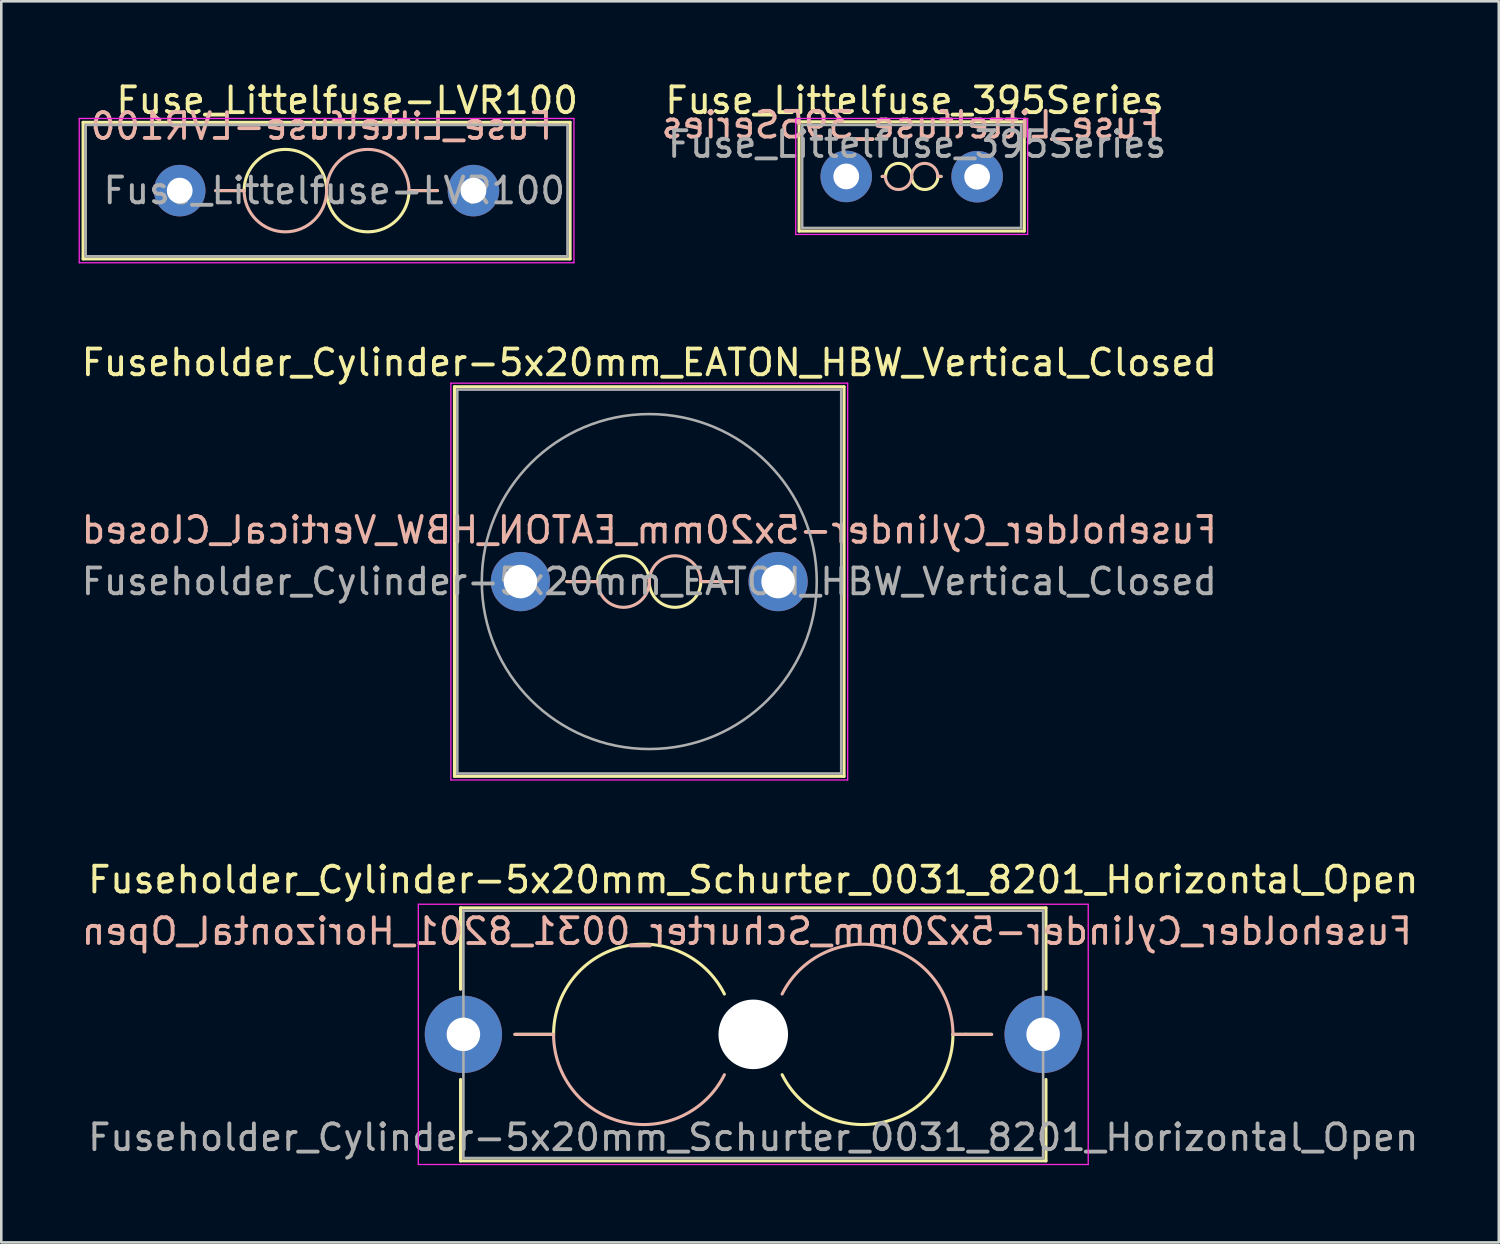
<source format=kicad_pcb>
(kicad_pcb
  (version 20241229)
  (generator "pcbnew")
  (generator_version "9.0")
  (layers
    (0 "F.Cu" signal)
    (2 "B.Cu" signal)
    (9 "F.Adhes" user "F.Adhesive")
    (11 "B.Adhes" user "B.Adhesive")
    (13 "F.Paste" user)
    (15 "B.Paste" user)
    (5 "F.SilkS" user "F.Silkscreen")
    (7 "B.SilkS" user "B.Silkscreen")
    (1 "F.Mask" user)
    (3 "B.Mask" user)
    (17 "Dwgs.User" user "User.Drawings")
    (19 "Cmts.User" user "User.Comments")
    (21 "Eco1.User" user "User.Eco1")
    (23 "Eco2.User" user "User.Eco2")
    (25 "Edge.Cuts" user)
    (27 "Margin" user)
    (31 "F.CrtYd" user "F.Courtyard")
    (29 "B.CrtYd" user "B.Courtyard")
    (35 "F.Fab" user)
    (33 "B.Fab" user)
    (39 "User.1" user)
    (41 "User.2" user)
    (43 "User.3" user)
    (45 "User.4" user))
  (footprint "Fuse_Littelfuse-LVR100"
    (layer "F.Cu")
    (at 3.925 4.348)
    (property "Reference" "Fuse_Littelfuse-LVR100" (at 6.5 -3.5 0) (layer "F.SilkS") (effects (font (size 1 1) (thickness 0.15))))
    (fp_line (start -3.75 -2.65) (end -3.75 2.65) (stroke (width 0.12) (type solid)) (layer "F.SilkS"))
    (fp_line (start -3.75 -2.65) (end 15.15 -2.65) (stroke (width 0.12) (type solid)) (layer "F.SilkS"))
    (fp_line (start 1.4 0) (end 2.5 0) (stroke (width 0.12) (type solid)) (layer "F.SilkS"))
    (fp_line (start 8.9 0) (end 10 0) (stroke (width 0.12) (type solid)) (layer "F.SilkS"))
    (fp_line (start 15.15 2.65) (end -3.75 2.65) (stroke (width 0.12) (type solid)) (layer "F.SilkS"))
    (fp_line (start 15.15 2.65) (end 15.15 -2.65) (stroke (width 0.12) (type solid)) (layer "F.SilkS"))
    (fp_arc (start 2.5 0) (mid 4.1 -1.6) (end 5.7 0) (stroke (width 0.12) (type solid)) (layer "F.SilkS"))
    (fp_arc (start 8.9 0) (mid 7.3 1.6) (end 5.7 0) (stroke (width 0.12) (type solid)) (layer "F.SilkS"))
    (fp_line (start 2.5 0) (end 1.4 0) (stroke (width 0.12) (type solid)) (layer "B.SilkS"))
    (fp_line (start 10 0) (end 8.9 0) (stroke (width 0.12) (type solid)) (layer "B.SilkS"))
    (fp_arc (start 5.7 0) (mid 4.1 1.6) (end 2.5 0) (stroke (width 0.12) (type solid)) (layer "B.SilkS"))
    (fp_arc (start 5.7 0) (mid 7.3 -1.6) (end 8.9 0) (stroke (width 0.12) (type solid)) (layer "B.SilkS"))
    (fp_line (start -3.9 -2.8) (end -3.9 2.8) (stroke (width 0.05) (type solid)) (layer "F.CrtYd"))
    (fp_line (start -3.9 -2.8) (end 15.3 -2.8) (stroke (width 0.05) (type solid)) (layer "F.CrtYd"))
    (fp_line (start 15.3 2.8) (end -3.9 2.8) (stroke (width 0.05) (type solid)) (layer "F.CrtYd"))
    (fp_line (start 15.3 2.8) (end 15.3 -2.8) (stroke (width 0.05) (type solid)) (layer "F.CrtYd"))
    (fp_line (start -3.65 -2.55) (end -3.65 2.55) (stroke (width 0.1) (type solid)) (layer "F.Fab"))
    (fp_line (start -3.65 2.55) (end 15.05 2.55) (stroke (width 0.1) (type solid)) (layer "F.Fab"))
    (fp_line (start 15.05 -2.55) (end -3.65 -2.55) (stroke (width 0.1) (type solid)) (layer "F.Fab"))
    (fp_line (start 15.05 2.55) (end 15.05 -2.55) (stroke (width 0.1) (type solid)) (layer "F.Fab"))
    (fp_text user "${REFERENCE}" (at 5.5 -2.5 0) (layer "B.SilkS") (effects (font (size 1 1) (thickness 0.15)) (justify mirror)))
    (fp_text user "${REFERENCE}" (at 6 0 0) (layer "F.Fab") (effects (font (size 1 1) (thickness 0.15))))
    (pad "1" thru_hole circle (at 0 0) (size 2 2) (drill 1) (layers "*.Cu" "*.Mask"))
    (pad "2" thru_hole circle (at 11.4 0) (size 2 2) (drill 1) (layers "*.Cu" "*.Mask")))
  (footprint "Fuseholder_Cylinder-5x20mm_EATON_HBW_Vertical_Closed"
    (layer "F.Cu")
    (at 17.149 19.521)
    (property "Reference" "Fuseholder_Cylinder-5x20mm_EATON_HBW_Vertical_Closed" (at 5 -8.5 0) (layer "F.SilkS") (effects (font (size 1 1) (thickness 0.15))))
    (fp_line (start -2.56 -7.56) (end 12.56 -7.56) (stroke (width 0.12) (type solid)) (layer "F.SilkS"))
    (fp_line (start -2.56 7.56) (end -2.56 -7.56) (stroke (width 0.12) (type solid)) (layer "F.SilkS"))
    (fp_line (start 3 0) (end 1.8 0) (stroke (width 0.12) (type solid)) (layer "F.SilkS"))
    (fp_line (start 8.2 0) (end 7 0) (stroke (width 0.12) (type solid)) (layer "F.SilkS"))
    (fp_line (start 12.56 -7.56) (end 12.56 7.56) (stroke (width 0.12) (type solid)) (layer "F.SilkS"))
    (fp_line (start 12.56 7.56) (end -2.56 7.56) (stroke (width 0.12) (type solid)) (layer "F.SilkS"))
    (fp_arc (start 3 0) (mid 4 -1) (end 5 0) (stroke (width 0.12) (type solid)) (layer "F.SilkS"))
    (fp_arc (start 7 0) (mid 6 1) (end 5 0) (stroke (width 0.12) (type solid)) (layer "F.SilkS"))
    (fp_line (start 3 0) (end 1.8 0) (stroke (width 0.12) (type solid)) (layer "B.SilkS"))
    (fp_line (start 8.2 0) (end 7 0) (stroke (width 0.12) (type solid)) (layer "B.SilkS"))
    (fp_arc (start 5 0) (mid 4 1) (end 3 0) (stroke (width 0.12) (type solid)) (layer "B.SilkS"))
    (fp_arc (start 5 0) (mid 6 -1) (end 7 0) (stroke (width 0.12) (type solid)) (layer "B.SilkS"))
    (fp_line (start -2.7 -7.7) (end 12.7 -7.7) (stroke (width 0.05) (type solid)) (layer "F.CrtYd"))
    (fp_line (start -2.7 7.7) (end -2.7 -7.7) (stroke (width 0.05) (type solid)) (layer "F.CrtYd"))
    (fp_line (start 12.7 -7.7) (end 12.7 7.7) (stroke (width 0.05) (type solid)) (layer "F.CrtYd"))
    (fp_line (start 12.7 7.7) (end -2.7 7.7) (stroke (width 0.05) (type solid)) (layer "F.CrtYd"))
    (fp_line (start -2.45 -7.45) (end 12.45 -7.45) (stroke (width 0.1) (type solid)) (layer "F.Fab"))
    (fp_line (start -2.45 7.45) (end -2.45 -7.45) (stroke (width 0.1) (type solid)) (layer "F.Fab"))
    (fp_line (start 12.45 -7.45) (end 12.45 7.45) (stroke (width 0.1) (type solid)) (layer "F.Fab"))
    (fp_line (start 12.45 7.45) (end -2.45 7.45) (stroke (width 0.1) (type solid)) (layer "F.Fab"))
    (fp_circle (center 5 0) (end 11.5 0) (stroke (width 0.1) (type solid)) (fill no) (layer "F.Fab"))
    (fp_text user "${REFERENCE}" (at 5 -2 0) (layer "B.SilkS") (effects (font (size 1 1) (thickness 0.15)) (justify mirror)))
    (fp_text user "${REFERENCE}" (at 5 0 0) (layer "F.Fab") (effects (font (size 1 1) (thickness 0.15))))
    (pad "1" thru_hole circle (at 0 0) (size 2.3 2.3) (drill 1.3) (layers "*.Cu" "*.Mask"))
    (pad "2" thru_hole circle (at 10 0) (size 2.3 2.3) (drill 1.3) (layers "*.Cu" "*.Mask")))
  (footprint "Fuse_Littelfuse_395Series"
    (layer "F.Cu")
    (at 29.794 3.798)
    (property "Reference" "Fuse_Littelfuse_395Series" (at 2.65 -2.95 0) (layer "F.SilkS") (effects (font (size 1 1) (thickness 0.15))))
    (fp_line (start -1.83 -2.12) (end -1.83 2.12) (stroke (width 0.12) (type solid)) (layer "F.SilkS"))
    (fp_line (start -1.83 -2.12) (end 6.91 -2.12) (stroke (width 0.12) (type solid)) (layer "F.SilkS"))
    (fp_line (start 1.524 0) (end 1.397 0) (stroke (width 0.12) (type solid)) (layer "F.SilkS"))
    (fp_line (start 3.556 0) (end 3.683 0) (stroke (width 0.12) (type solid)) (layer "F.SilkS"))
    (fp_line (start 6.91 2.12) (end -1.83 2.12) (stroke (width 0.12) (type solid)) (layer "F.SilkS"))
    (fp_line (start 6.91 2.12) (end 6.91 -2.12) (stroke (width 0.12) (type solid)) (layer "F.SilkS"))
    (fp_arc (start 1.524 0) (mid 2.032 -0.508) (end 2.54 0) (stroke (width 0.12) (type solid)) (layer "F.SilkS"))
    (fp_arc (start 3.556 0) (mid 3.048 0.508) (end 2.54 0) (stroke (width 0.12) (type solid)) (layer "F.SilkS"))
    (fp_line (start 1.52 0) (end 1.393 0) (stroke (width 0.12) (type solid)) (layer "B.SilkS"))
    (fp_line (start 3.552 0) (end 3.679 0) (stroke (width 0.12) (type solid)) (layer "B.SilkS"))
    (fp_arc (start 2.536 0) (mid 2.028 0.508) (end 1.52 0) (stroke (width 0.12) (type solid)) (layer "B.SilkS"))
    (fp_arc (start 2.536 0) (mid 3.044 -0.508) (end 3.552 0) (stroke (width 0.12) (type solid)) (layer "B.SilkS"))
    (fp_line (start -1.96 -2.25) (end -1.96 2.25) (stroke (width 0.05) (type solid)) (layer "F.CrtYd"))
    (fp_line (start -1.96 -2.25) (end 7.04 -2.25) (stroke (width 0.05) (type solid)) (layer "F.CrtYd"))
    (fp_line (start 7.04 2.25) (end -1.96 2.25) (stroke (width 0.05) (type solid)) (layer "F.CrtYd"))
    (fp_line (start 7.04 2.25) (end 7.04 -2.25) (stroke (width 0.05) (type solid)) (layer "F.CrtYd"))
    (fp_line (start -1.71 -2) (end -1.71 2) (stroke (width 0.1) (type solid)) (layer "F.Fab"))
    (fp_line (start -1.71 2) (end 6.79 2) (stroke (width 0.1) (type solid)) (layer "F.Fab"))
    (fp_line (start 6.79 -2) (end -1.71 -2) (stroke (width 0.1) (type solid)) (layer "F.Fab"))
    (fp_line (start 6.79 2) (end 6.79 -2) (stroke (width 0.1) (type solid)) (layer "F.Fab"))
    (fp_text user "${REFERENCE}" (at 2.5 -2 0) (layer "B.SilkS") (effects (font (size 1 1) (thickness 0.15)) (justify mirror)))
    (fp_text user "${REFERENCE}" (at 2.75 -1.25 0) (layer "F.Fab") (effects (font (size 1 1) (thickness 0.15))))
    (pad "1" thru_hole circle (at 0 0) (size 2 2) (drill 1) (layers "*.Cu" "*.Mask"))
    (pad "2" thru_hole circle (at 5.08 0.01) (size 2 2) (drill 1) (layers "*.Cu" "*.Mask")))
  (footprint "Fuseholder_Cylinder-5x20mm_Schurter_0031_8201_Horizontal_Open"
    (layer "F.Cu")
    (at 14.935 37.095)
    (property "Reference" "Fuseholder_Cylinder-5x20mm_Schurter_0031_8201_Horizontal_Open" (at 11.25 -6 0) (layer "F.SilkS") (effects (font (size 1 1) (thickness 0.15))))
    (fp_line (start -0.11 -4.91) (end 22.61 -4.91) (stroke (width 0.12) (type solid)) (layer "F.SilkS"))
    (fp_line (start -0.11 -1.75) (end -0.11 -4.91) (stroke (width 0.12) (type solid)) (layer "F.SilkS"))
    (fp_line (start -0.11 4.91) (end -0.11 1.75) (stroke (width 0.12) (type solid)) (layer "F.SilkS"))
    (fp_line (start -0.11 4.91) (end 22.61 4.91) (stroke (width 0.12) (type solid)) (layer "F.SilkS"))
    (fp_line (start 2 0) (end 3.5 0) (stroke (width 0.12) (type solid)) (layer "F.SilkS"))
    (fp_line (start 19.5 0) (end 19 0) (stroke (width 0.12) (type solid)) (layer "F.SilkS"))
    (fp_line (start 20.5 0) (end 19.5 0) (stroke (width 0.12) (type solid)) (layer "F.SilkS"))
    (fp_line (start 22.61 -1.75) (end 22.61 -4.91) (stroke (width 0.12) (type solid)) (layer "F.SilkS"))
    (fp_line (start 22.61 4.91) (end 22.61 1.75) (stroke (width 0.12) (type solid)) (layer "F.SilkS"))
    (fp_arc (start 3.5 0) (mid 6.195865 -3.40637) (end 10.130495 -1.565248) (stroke (width 0.12) (type solid)) (layer "F.SilkS"))
    (fp_arc (start 19 0) (mid 16.304135 3.40637) (end 12.369505 1.565248) (stroke (width 0.12) (type solid)) (layer "F.SilkS"))
    (fp_line (start 2 0) (end 3.5 0) (stroke (width 0.12) (type solid)) (layer "B.SilkS"))
    (fp_line (start 19.5 0) (end 19 0) (stroke (width 0.12) (type solid)) (layer "B.SilkS"))
    (fp_line (start 20.5 0) (end 19.5 0) (stroke (width 0.12) (type solid)) (layer "B.SilkS"))
    (fp_arc (start 10.130495 1.565248) (mid 6.195865 3.406371) (end 3.5 0) (stroke (width 0.12) (type solid)) (layer "B.SilkS"))
    (fp_arc (start 12.369505 -1.565248) (mid 16.304135 -3.406371) (end 19 0) (stroke (width 0.12) (type solid)) (layer "B.SilkS"))
    (fp_line (start -1.75 -5.05) (end 24.25 -5.05) (stroke (width 0.05) (type solid)) (layer "F.CrtYd"))
    (fp_line (start -1.75 5.05) (end -1.75 -5.05) (stroke (width 0.05) (type solid)) (layer "F.CrtYd"))
    (fp_line (start 24.25 -5.05) (end 24.25 5.05) (stroke (width 0.05) (type solid)) (layer "F.CrtYd"))
    (fp_line (start 24.25 5.05) (end -1.75 5.05) (stroke (width 0.05) (type solid)) (layer "F.CrtYd"))
    (fp_line (start 0 -4.8) (end 0 4.8) (stroke (width 0.1) (type solid)) (layer "F.Fab"))
    (fp_line (start 0 4.8) (end 22.5 4.8) (stroke (width 0.1) (type solid)) (layer "F.Fab"))
    (fp_line (start 22.5 -4.8) (end 0 -4.8) (stroke (width 0.1) (type solid)) (layer "F.Fab"))
    (fp_line (start 22.5 4.8) (end 22.5 -4.8) (stroke (width 0.1) (type solid)) (layer "F.Fab"))
    (fp_text user "${REFERENCE}" (at 11 -4 0) (layer "B.SilkS") (effects (font (size 1 1) (thickness 0.15)) (justify mirror)))
    (fp_text user "${REFERENCE}" (at 11.25 4 0) (layer "F.Fab") (effects (font (size 1 1) (thickness 0.15))))
    (pad "" np_thru_hole circle (at 11.25 0) (size 2.7 2.7) (drill 2.7) (layers "*.Cu" "*.Mask"))
    (pad "1" thru_hole circle (at 0 0) (size 3 3) (drill 1.3) (layers "*.Cu" "*.Mask"))
    (pad "2" thru_hole circle (at 22.5 0) (size 3 3) (drill 1.3) (layers "*.Cu" "*.Mask")))
  (gr_rect
    (start -3 -3)
    (end 55.119 45.17)
    (stroke (width 0.1) (type default))
    (fill no)
    (layer "Edge.Cuts")))
</source>
